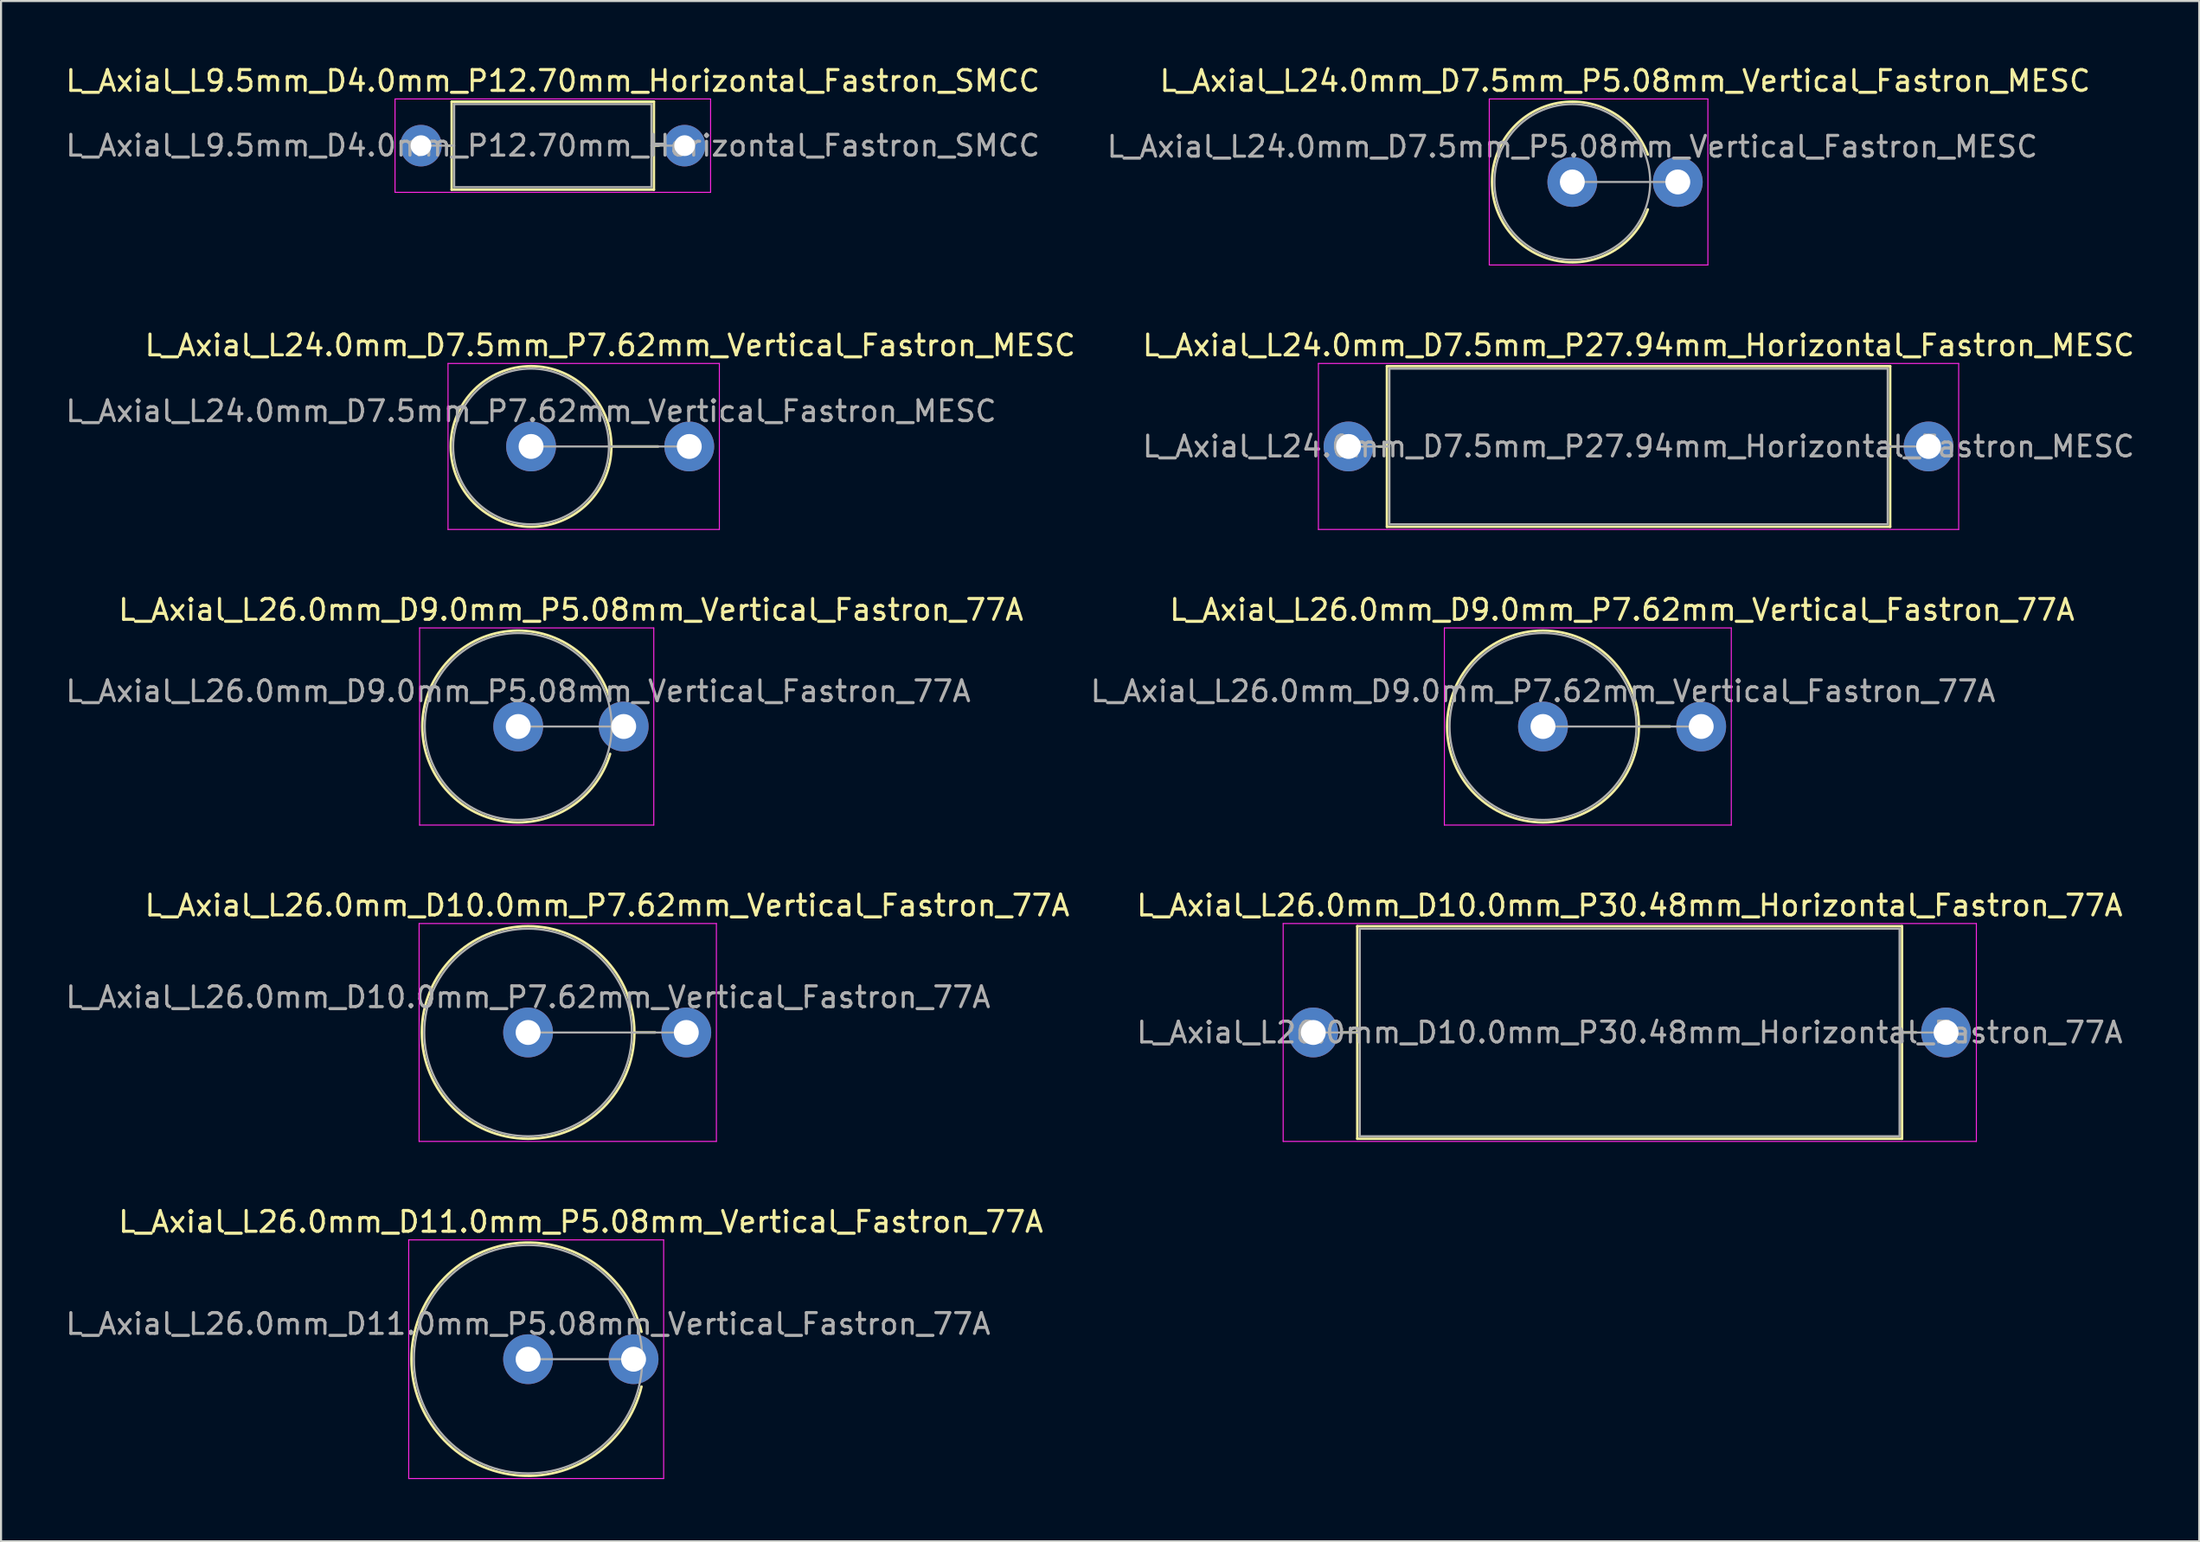
<source format=kicad_pcb>
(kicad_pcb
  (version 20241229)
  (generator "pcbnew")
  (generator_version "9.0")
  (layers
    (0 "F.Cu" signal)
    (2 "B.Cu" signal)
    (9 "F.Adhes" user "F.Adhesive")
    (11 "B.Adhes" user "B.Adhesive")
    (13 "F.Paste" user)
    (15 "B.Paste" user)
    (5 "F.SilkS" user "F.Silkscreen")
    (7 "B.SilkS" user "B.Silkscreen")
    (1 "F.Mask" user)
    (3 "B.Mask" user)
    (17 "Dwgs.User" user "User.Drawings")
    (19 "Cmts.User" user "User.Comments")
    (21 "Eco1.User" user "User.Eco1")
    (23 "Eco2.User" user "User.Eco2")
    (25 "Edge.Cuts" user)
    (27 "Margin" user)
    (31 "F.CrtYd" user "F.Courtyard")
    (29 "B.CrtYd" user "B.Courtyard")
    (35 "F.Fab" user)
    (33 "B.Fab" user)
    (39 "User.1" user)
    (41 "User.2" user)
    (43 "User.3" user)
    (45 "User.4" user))
  (footprint "L_Axial_L24.0mm_D7.5mm_P5.08mm_Vertical_Fastron_MESC"
    (layer "F.Cu")
    (at 72.685 5.718)
    (property "Reference" "L_Axial_L24.0mm_D7.5mm_P5.08mm_Vertical_Fastron_MESC" (at 2.54 -4.87 0) (layer "F.SilkS") (effects (font (size 1 1) (thickness 0.15))))
    (attr through_hole)
    (fp_arc (start 3.637925 1.32) (mid -3.87 0) (end 3.637925 -1.32) (stroke (width 0.12) (type solid)) (layer "F.SilkS"))
    (fp_line (start -4 -4) (end -4 4) (stroke (width 0.05) (type solid)) (layer "F.CrtYd"))
    (fp_line (start -4 4) (end 6.53 4) (stroke (width 0.05) (type solid)) (layer "F.CrtYd"))
    (fp_line (start 6.53 -4) (end -4 -4) (stroke (width 0.05) (type solid)) (layer "F.CrtYd"))
    (fp_line (start 6.53 4) (end 6.53 -4) (stroke (width 0.05) (type solid)) (layer "F.CrtYd"))
    (fp_line (start 0 0) (end 5.08 0) (stroke (width 0.1) (type solid)) (layer "F.Fab"))
    (fp_circle (center 0 0) (end 3.75 0) (stroke (width 0.1) (type solid)) (fill no) (layer "F.Fab"))
    (fp_text user "${REFERENCE}" (at 0 -1.7 0) (layer "F.Fab") (effects (font (size 1 1) (thickness 0.15))))
    (pad "1" thru_hole circle (at 0 0) (size 2.4 2.4) (drill 1.2) (layers "*.Cu" "*.Mask"))
    (pad "2" thru_hole oval (at 5.08 0) (size 2.4 2.4) (drill 1.2) (layers "*.Cu" "*.Mask")))
  (footprint "L_Axial_L9.5mm_D4.0mm_P12.70mm_Horizontal_Fastron_SMCC"
    (layer "F.Cu")
    (at 17.227 3.968)
    (property "Reference" "L_Axial_L9.5mm_D4.0mm_P12.70mm_Horizontal_Fastron_SMCC" (at 6.35 -3.12 0) (layer "F.SilkS") (effects (font (size 1 1) (thickness 0.15))))
    (attr through_hole)
    (fp_line (start 1.24 0) (end 1.48 0) (stroke (width 0.12) (type solid)) (layer "F.SilkS"))
    (fp_line (start 1.48 -2.12) (end 1.48 2.12) (stroke (width 0.12) (type solid)) (layer "F.SilkS"))
    (fp_line (start 1.48 2.12) (end 11.22 2.12) (stroke (width 0.12) (type solid)) (layer "F.SilkS"))
    (fp_line (start 11.22 -2.12) (end 1.48 -2.12) (stroke (width 0.12) (type solid)) (layer "F.SilkS"))
    (fp_line (start 11.22 2.12) (end 11.22 -2.12) (stroke (width 0.12) (type solid)) (layer "F.SilkS"))
    (fp_line (start 11.46 0) (end 11.22 0) (stroke (width 0.12) (type solid)) (layer "F.SilkS"))
    (fp_line (start -1.25 -2.25) (end -1.25 2.25) (stroke (width 0.05) (type solid)) (layer "F.CrtYd"))
    (fp_line (start -1.25 2.25) (end 13.95 2.25) (stroke (width 0.05) (type solid)) (layer "F.CrtYd"))
    (fp_line (start 13.95 -2.25) (end -1.25 -2.25) (stroke (width 0.05) (type solid)) (layer "F.CrtYd"))
    (fp_line (start 13.95 2.25) (end 13.95 -2.25) (stroke (width 0.05) (type solid)) (layer "F.CrtYd"))
    (fp_line (start 0 0) (end 1.6 0) (stroke (width 0.1) (type solid)) (layer "F.Fab"))
    (fp_line (start 1.6 -2) (end 1.6 2) (stroke (width 0.1) (type solid)) (layer "F.Fab"))
    (fp_line (start 1.6 2) (end 11.1 2) (stroke (width 0.1) (type solid)) (layer "F.Fab"))
    (fp_line (start 11.1 -2) (end 1.6 -2) (stroke (width 0.1) (type solid)) (layer "F.Fab"))
    (fp_line (start 11.1 2) (end 11.1 -2) (stroke (width 0.1) (type solid)) (layer "F.Fab"))
    (fp_line (start 12.7 0) (end 11.1 0) (stroke (width 0.1) (type solid)) (layer "F.Fab"))
    (fp_text user "${REFERENCE}" (at 6.35 0 0) (layer "F.Fab") (effects (font (size 1 1) (thickness 0.15))))
    (pad "1" thru_hole circle (at 0 0) (size 2 2) (drill 1) (layers "*.Cu" "*.Mask"))
    (pad "2" thru_hole oval (at 12.7 0) (size 2 2) (drill 1) (layers "*.Cu" "*.Mask")))
  (footprint "L_Axial_L26.0mm_D11.0mm_P5.08mm_Vertical_Fastron_77A"
    (layer "F.Cu")
    (at 22.387 62.441)
    (property "Reference" "L_Axial_L26.0mm_D11.0mm_P5.08mm_Vertical_Fastron_77A" (at 2.54 -6.62 0) (layer "F.SilkS") (effects (font (size 1 1) (thickness 0.15))))
    (attr through_hole)
    (fp_arc (start 5.462783 1.32) (mid -5.62 0) (end 5.462783 -1.32) (stroke (width 0.12) (type solid)) (layer "F.SilkS"))
    (fp_line (start -5.75 -5.75) (end -5.75 5.75) (stroke (width 0.05) (type solid)) (layer "F.CrtYd"))
    (fp_line (start -5.75 5.75) (end 6.53 5.75) (stroke (width 0.05) (type solid)) (layer "F.CrtYd"))
    (fp_line (start 6.53 -5.75) (end -5.75 -5.75) (stroke (width 0.05) (type solid)) (layer "F.CrtYd"))
    (fp_line (start 6.53 5.75) (end 6.53 -5.75) (stroke (width 0.05) (type solid)) (layer "F.CrtYd"))
    (fp_line (start 0 0) (end 5.08 0) (stroke (width 0.1) (type solid)) (layer "F.Fab"))
    (fp_circle (center 0 0) (end 5.5 0) (stroke (width 0.1) (type solid)) (fill no) (layer "F.Fab"))
    (fp_text user "${REFERENCE}" (at 0 -1.7 0) (layer "F.Fab") (effects (font (size 1 1) (thickness 0.15))))
    (pad "1" thru_hole circle (at 0 0) (size 2.4 2.4) (drill 1.2) (layers "*.Cu" "*.Mask"))
    (pad "2" thru_hole oval (at 5.08 0) (size 2.4 2.4) (drill 1.2) (layers "*.Cu" "*.Mask")))
  (footprint "L_Axial_L26.0mm_D9.0mm_P5.08mm_Vertical_Fastron_77A"
    (layer "F.Cu")
    (at 21.911 31.955)
    (property "Reference" "L_Axial_L26.0mm_D9.0mm_P5.08mm_Vertical_Fastron_77A" (at 2.54 -5.62 0) (layer "F.SilkS") (effects (font (size 1 1) (thickness 0.15))))
    (attr through_hole)
    (fp_arc (start 4.427415 1.32) (mid -4.62 0) (end 4.427415 -1.32) (stroke (width 0.12) (type solid)) (layer "F.SilkS"))
    (fp_line (start -4.75 -4.75) (end -4.75 4.75) (stroke (width 0.05) (type solid)) (layer "F.CrtYd"))
    (fp_line (start -4.75 4.75) (end 6.53 4.75) (stroke (width 0.05) (type solid)) (layer "F.CrtYd"))
    (fp_line (start 6.53 -4.75) (end -4.75 -4.75) (stroke (width 0.05) (type solid)) (layer "F.CrtYd"))
    (fp_line (start 6.53 4.75) (end 6.53 -4.75) (stroke (width 0.05) (type solid)) (layer "F.CrtYd"))
    (fp_line (start 0 0) (end 5.08 0) (stroke (width 0.1) (type solid)) (layer "F.Fab"))
    (fp_circle (center 0 0) (end 4.5 0) (stroke (width 0.1) (type solid)) (fill no) (layer "F.Fab"))
    (fp_text user "${REFERENCE}" (at 0 -1.7 0) (layer "F.Fab") (effects (font (size 1 1) (thickness 0.15))))
    (pad "1" thru_hole circle (at 0 0) (size 2.4 2.4) (drill 1.2) (layers "*.Cu" "*.Mask"))
    (pad "2" thru_hole oval (at 5.08 0) (size 2.4 2.4) (drill 1.2) (layers "*.Cu" "*.Mask")))
  (footprint "L_Axial_L24.0mm_D7.5mm_P7.62mm_Vertical_Fastron_MESC"
    (layer "F.Cu")
    (at 22.53 18.462)
    (property "Reference" "L_Axial_L24.0mm_D7.5mm_P7.62mm_Vertical_Fastron_MESC" (at 3.81 -4.87 0) (layer "F.SilkS") (effects (font (size 1 1) (thickness 0.15))))
    (attr through_hole)
    (fp_line (start 3.87 0) (end 6.12 0) (stroke (width 0.12) (type solid)) (layer "F.SilkS"))
    (fp_circle (center 0 0) (end 3.87 0) (stroke (width 0.12) (type solid)) (fill no) (layer "F.SilkS"))
    (fp_line (start -4 -4) (end -4 4) (stroke (width 0.05) (type solid)) (layer "F.CrtYd"))
    (fp_line (start -4 4) (end 9.07 4) (stroke (width 0.05) (type solid)) (layer "F.CrtYd"))
    (fp_line (start 9.07 -4) (end -4 -4) (stroke (width 0.05) (type solid)) (layer "F.CrtYd"))
    (fp_line (start 9.07 4) (end 9.07 -4) (stroke (width 0.05) (type solid)) (layer "F.CrtYd"))
    (fp_line (start 0 0) (end 7.62 0) (stroke (width 0.1) (type solid)) (layer "F.Fab"))
    (fp_circle (center 0 0) (end 3.75 0) (stroke (width 0.1) (type solid)) (fill no) (layer "F.Fab"))
    (fp_text user "${REFERENCE}" (at 0 -1.7 0) (layer "F.Fab") (effects (font (size 1 1) (thickness 0.15))))
    (pad "1" thru_hole circle (at 0 0) (size 2.4 2.4) (drill 1.2) (layers "*.Cu" "*.Mask"))
    (pad "2" thru_hole oval (at 7.62 0) (size 2.4 2.4) (drill 1.2) (layers "*.Cu" "*.Mask")))
  (footprint "L_Axial_L26.0mm_D9.0mm_P7.62mm_Vertical_Fastron_77A"
    (layer "F.Cu")
    (at 71.272 31.955)
    (property "Reference" "L_Axial_L26.0mm_D9.0mm_P7.62mm_Vertical_Fastron_77A" (at 3.81 -5.62 0) (layer "F.SilkS") (effects (font (size 1 1) (thickness 0.15))))
    (attr through_hole)
    (fp_line (start 4.62 0) (end 6.12 0) (stroke (width 0.12) (type solid)) (layer "F.SilkS"))
    (fp_circle (center 0 0) (end 4.62 0) (stroke (width 0.12) (type solid)) (fill no) (layer "F.SilkS"))
    (fp_line (start -4.75 -4.75) (end -4.75 4.75) (stroke (width 0.05) (type solid)) (layer "F.CrtYd"))
    (fp_line (start -4.75 4.75) (end 9.07 4.75) (stroke (width 0.05) (type solid)) (layer "F.CrtYd"))
    (fp_line (start 9.07 -4.75) (end -4.75 -4.75) (stroke (width 0.05) (type solid)) (layer "F.CrtYd"))
    (fp_line (start 9.07 4.75) (end 9.07 -4.75) (stroke (width 0.05) (type solid)) (layer "F.CrtYd"))
    (fp_line (start 0 0) (end 7.62 0) (stroke (width 0.1) (type solid)) (layer "F.Fab"))
    (fp_circle (center 0 0) (end 4.5 0) (stroke (width 0.1) (type solid)) (fill no) (layer "F.Fab"))
    (fp_text user "${REFERENCE}" (at 0 -1.7 0) (layer "F.Fab") (effects (font (size 1 1) (thickness 0.15))))
    (pad "1" thru_hole circle (at 0 0) (size 2.4 2.4) (drill 1.2) (layers "*.Cu" "*.Mask"))
    (pad "2" thru_hole oval (at 7.62 0) (size 2.4 2.4) (drill 1.2) (layers "*.Cu" "*.Mask")))
  (footprint "L_Axial_L26.0mm_D10.0mm_P30.48mm_Horizontal_Fastron_77A"
    (layer "F.Cu")
    (at 60.207 46.698)
    (property "Reference" "L_Axial_L26.0mm_D10.0mm_P30.48mm_Horizontal_Fastron_77A" (at 15.24 -6.12 0) (layer "F.SilkS") (effects (font (size 1 1) (thickness 0.15))))
    (attr through_hole)
    (fp_line (start 1.44 0) (end 2.12 0) (stroke (width 0.12) (type solid)) (layer "F.SilkS"))
    (fp_line (start 2.12 -5.12) (end 2.12 5.12) (stroke (width 0.12) (type solid)) (layer "F.SilkS"))
    (fp_line (start 2.12 5.12) (end 28.36 5.12) (stroke (width 0.12) (type solid)) (layer "F.SilkS"))
    (fp_line (start 28.36 -5.12) (end 2.12 -5.12) (stroke (width 0.12) (type solid)) (layer "F.SilkS"))
    (fp_line (start 28.36 5.12) (end 28.36 -5.12) (stroke (width 0.12) (type solid)) (layer "F.SilkS"))
    (fp_line (start 29.04 0) (end 28.36 0) (stroke (width 0.12) (type solid)) (layer "F.SilkS"))
    (fp_line (start -1.45 -5.25) (end -1.45 5.25) (stroke (width 0.05) (type solid)) (layer "F.CrtYd"))
    (fp_line (start -1.45 5.25) (end 31.94 5.25) (stroke (width 0.05) (type solid)) (layer "F.CrtYd"))
    (fp_line (start 31.94 -5.25) (end -1.45 -5.25) (stroke (width 0.05) (type solid)) (layer "F.CrtYd"))
    (fp_line (start 31.94 5.25) (end 31.94 -5.25) (stroke (width 0.05) (type solid)) (layer "F.CrtYd"))
    (fp_line (start 0 0) (end 2.24 0) (stroke (width 0.1) (type solid)) (layer "F.Fab"))
    (fp_line (start 2.24 -5) (end 2.24 5) (stroke (width 0.1) (type solid)) (layer "F.Fab"))
    (fp_line (start 2.24 5) (end 28.24 5) (stroke (width 0.1) (type solid)) (layer "F.Fab"))
    (fp_line (start 28.24 -5) (end 2.24 -5) (stroke (width 0.1) (type solid)) (layer "F.Fab"))
    (fp_line (start 28.24 5) (end 28.24 -5) (stroke (width 0.1) (type solid)) (layer "F.Fab"))
    (fp_line (start 30.48 0) (end 28.24 0) (stroke (width 0.1) (type solid)) (layer "F.Fab"))
    (fp_text user "${REFERENCE}" (at 15.24 0 0) (layer "F.Fab") (effects (font (size 1 1) (thickness 0.15))))
    (pad "1" thru_hole circle (at 0 0) (size 2.4 2.4) (drill 1.2) (layers "*.Cu" "*.Mask"))
    (pad "2" thru_hole oval (at 30.48 0) (size 2.4 2.4) (drill 1.2) (layers "*.Cu" "*.Mask")))
  (footprint "L_Axial_L26.0mm_D10.0mm_P7.62mm_Vertical_Fastron_77A"
    (layer "F.Cu")
    (at 22.387 46.698)
    (property "Reference" "L_Axial_L26.0mm_D10.0mm_P7.62mm_Vertical_Fastron_77A" (at 3.81 -6.12 0) (layer "F.SilkS") (effects (font (size 1 1) (thickness 0.15))))
    (attr through_hole)
    (fp_line (start 5.12 0) (end 6.12 0) (stroke (width 0.12) (type solid)) (layer "F.SilkS"))
    (fp_circle (center 0 0) (end 5.12 0) (stroke (width 0.12) (type solid)) (fill no) (layer "F.SilkS"))
    (fp_line (start -5.25 -5.25) (end -5.25 5.25) (stroke (width 0.05) (type solid)) (layer "F.CrtYd"))
    (fp_line (start -5.25 5.25) (end 9.07 5.25) (stroke (width 0.05) (type solid)) (layer "F.CrtYd"))
    (fp_line (start 9.07 -5.25) (end -5.25 -5.25) (stroke (width 0.05) (type solid)) (layer "F.CrtYd"))
    (fp_line (start 9.07 5.25) (end 9.07 -5.25) (stroke (width 0.05) (type solid)) (layer "F.CrtYd"))
    (fp_line (start 0 0) (end 7.62 0) (stroke (width 0.1) (type solid)) (layer "F.Fab"))
    (fp_circle (center 0 0) (end 5 0) (stroke (width 0.1) (type solid)) (fill no) (layer "F.Fab"))
    (fp_text user "${REFERENCE}" (at 0 -1.7 0) (layer "F.Fab") (effects (font (size 1 1) (thickness 0.15))))
    (pad "1" thru_hole circle (at 0 0) (size 2.4 2.4) (drill 1.2) (layers "*.Cu" "*.Mask"))
    (pad "2" thru_hole oval (at 7.62 0) (size 2.4 2.4) (drill 1.2) (layers "*.Cu" "*.Mask")))
  (footprint "L_Axial_L24.0mm_D7.5mm_P27.94mm_Horizontal_Fastron_MESC"
    (layer "F.Cu")
    (at 61.905 18.462)
    (property "Reference" "L_Axial_L24.0mm_D7.5mm_P27.94mm_Horizontal_Fastron_MESC" (at 13.97 -4.87 0) (layer "F.SilkS") (effects (font (size 1 1) (thickness 0.15))))
    (attr through_hole)
    (fp_line (start 1.44 0) (end 1.85 0) (stroke (width 0.12) (type solid)) (layer "F.SilkS"))
    (fp_line (start 1.85 -3.87) (end 1.85 3.87) (stroke (width 0.12) (type solid)) (layer "F.SilkS"))
    (fp_line (start 1.85 3.87) (end 26.09 3.87) (stroke (width 0.12) (type solid)) (layer "F.SilkS"))
    (fp_line (start 26.09 -3.87) (end 1.85 -3.87) (stroke (width 0.12) (type solid)) (layer "F.SilkS"))
    (fp_line (start 26.09 3.87) (end 26.09 -3.87) (stroke (width 0.12) (type solid)) (layer "F.SilkS"))
    (fp_line (start 26.5 0) (end 26.09 0) (stroke (width 0.12) (type solid)) (layer "F.SilkS"))
    (fp_line (start -1.45 -4) (end -1.45 4) (stroke (width 0.05) (type solid)) (layer "F.CrtYd"))
    (fp_line (start -1.45 4) (end 29.39 4) (stroke (width 0.05) (type solid)) (layer "F.CrtYd"))
    (fp_line (start 29.39 -4) (end -1.45 -4) (stroke (width 0.05) (type solid)) (layer "F.CrtYd"))
    (fp_line (start 29.39 4) (end 29.39 -4) (stroke (width 0.05) (type solid)) (layer "F.CrtYd"))
    (fp_line (start 0 0) (end 1.97 0) (stroke (width 0.1) (type solid)) (layer "F.Fab"))
    (fp_line (start 1.97 -3.75) (end 1.97 3.75) (stroke (width 0.1) (type solid)) (layer "F.Fab"))
    (fp_line (start 1.97 3.75) (end 25.97 3.75) (stroke (width 0.1) (type solid)) (layer "F.Fab"))
    (fp_line (start 25.97 -3.75) (end 1.97 -3.75) (stroke (width 0.1) (type solid)) (layer "F.Fab"))
    (fp_line (start 25.97 3.75) (end 25.97 -3.75) (stroke (width 0.1) (type solid)) (layer "F.Fab"))
    (fp_line (start 27.94 0) (end 25.97 0) (stroke (width 0.1) (type solid)) (layer "F.Fab"))
    (fp_text user "${REFERENCE}" (at 13.97 0 0) (layer "F.Fab") (effects (font (size 1 1) (thickness 0.15))))
    (pad "1" thru_hole circle (at 0 0) (size 2.4 2.4) (drill 1.2) (layers "*.Cu" "*.Mask"))
    (pad "2" thru_hole oval (at 27.94 0) (size 2.4 2.4) (drill 1.2) (layers "*.Cu" "*.Mask")))
  (gr_rect
    (start -3 -3)
    (end 102.881 71.216)
    (stroke (width 0.1) (type default))
    (fill no)
    (layer "Edge.Cuts")))
</source>
